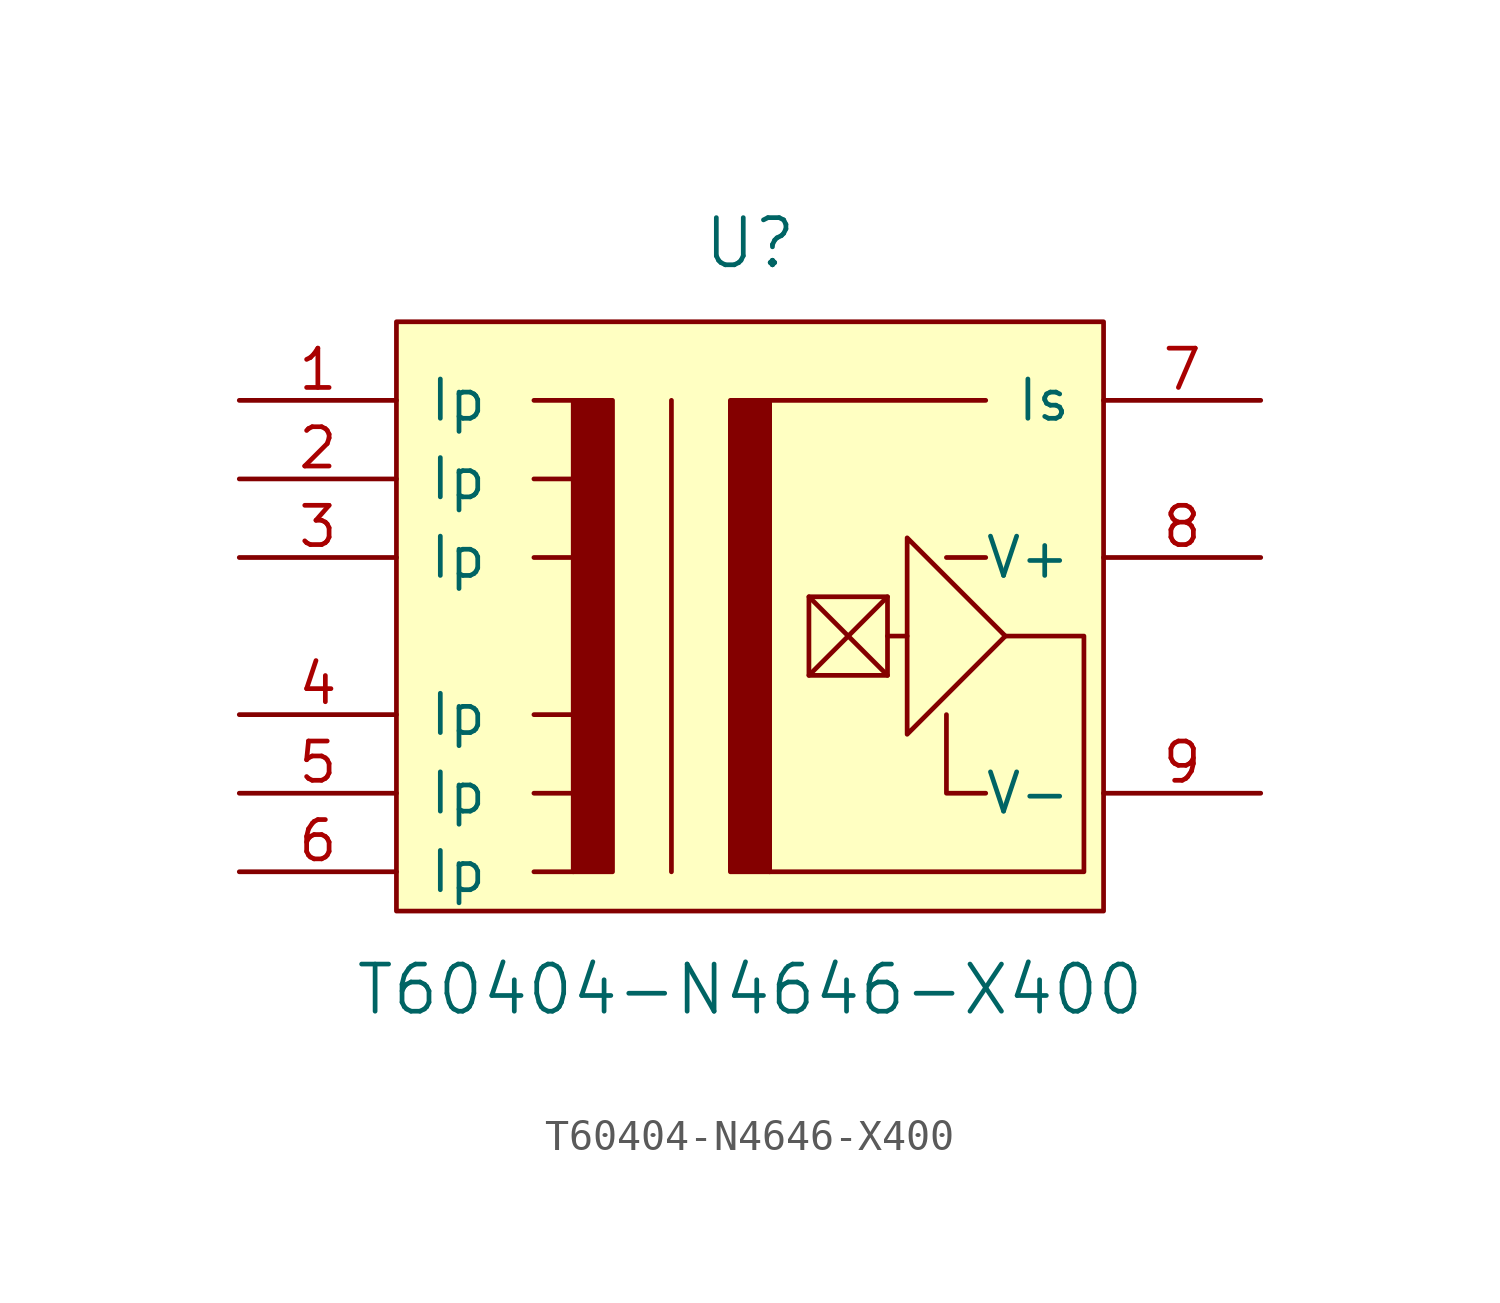
<source format=kicad_sym>
(kicad_symbol_lib
  (version 20211014)
  (generator kicad_symbol_editor)
  (symbol "T60404-N4646-X400"
    (pin_names
      (offset 1.016))
    (property "Reference" "U"
      (at 0 12.7 0)
      (effects (font (size 1.524 1.524))))
    (property "Value" "T60404-N4646-X400"
      (at 0 -11.43 0)
      (effects (font (size 1.524 1.524))))
    (symbol "T60404-N4646-X400_0_1"
      (rectangle (start -11.43 10.16) (end 11.43 -8.89) (stroke (width 0) (type default) (color 0 0 0 0)) (fill (type background)))
      (rectangle (start -5.715 7.62) (end -4.445 -7.62) (stroke (width 0) (type default) (color 0 0 0 0)) (fill (type outline)))
      (rectangle (start -0.635 7.62) (end 0.635 -7.62) (stroke (width 0) (type default) (color 0 0 0 0)) (fill (type outline)))
      (polyline (pts (xy -5.715 -7.62) (xy -6.985 -7.62)) (stroke (width 0) (type default) (color 0 0 0 0)) (fill (type none)))
      (polyline (pts (xy -5.715 -5.08) (xy -6.985 -5.08)) (stroke (width 0) (type default) (color 0 0 0 0)) (fill (type none)))
      (polyline (pts (xy -5.715 -2.54) (xy -6.985 -2.54)) (stroke (width 0) (type default) (color 0 0 0 0)) (fill (type none)))
      (polyline (pts (xy -5.715 2.54) (xy -6.985 2.54)) (stroke (width 0) (type default) (color 0 0 0 0)) (fill (type none)))
      (polyline (pts (xy -5.715 5.08) (xy -6.985 5.08)) (stroke (width 0) (type default) (color 0 0 0 0)) (fill (type none)))
      (polyline (pts (xy -5.715 7.62) (xy -6.985 7.62)) (stroke (width 0) (type default) (color 0 0 0 0)) (fill (type none)))
      (polyline (pts (xy -2.54 -7.62) (xy -2.54 7.62)) (stroke (width 0) (type default) (color 0 0 0 0)) (fill (type none)))
      (polyline (pts (xy 0.635 7.62) (xy 7.62 7.62)) (stroke (width 0) (type default) (color 0 0 0 0)) (fill (type none)))
      (polyline (pts (xy 1.905 -1.27) (xy 4.445 1.27)) (stroke (width 0) (type default) (color 0 0 0 0)) (fill (type none)))
      (polyline (pts (xy 4.445 -1.27) (xy 1.905 1.27)) (stroke (width 0) (type default) (color 0 0 0 0)) (fill (type none)))
      (polyline (pts (xy 5.08 0) (xy 4.445 0)) (stroke (width 0) (type default) (color 0 0 0 0)) (fill (type none)))
      (polyline (pts (xy 7.62 2.54) (xy 6.35 2.54)) (stroke (width 0) (type default) (color 0 0 0 0)) (fill (type none)))
      (polyline (pts (xy 7.62 -5.08) (xy 6.35 -5.08) (xy 6.35 -2.54)) (stroke (width 0) (type default) (color 0 0 0 0)) (fill (type none)))
      (polyline (pts (xy 5.08 3.175) (xy 5.08 -3.175) (xy 8.255 0) (xy 5.08 3.175)) (stroke (width 0) (type default) (color 0 0 0 0)) (fill (type none)))
      (polyline (pts (xy 8.255 0) (xy 10.795 0) (xy 10.795 -7.62) (xy 0.635 -7.62)) (stroke (width 0) (type default) (color 0 0 0 0)) (fill (type none)))
      (rectangle (start 1.905 1.27) (end 4.445 -1.27) (stroke (width 0) (type default) (color 0 0 0 0)) (fill (type none))))
    (symbol "T60404-N4646-X400_1_1"
      (pin passive line (at -16.51 7.62 0) (length 5.08) (name "Ip" (effects (font (size 1.27 1.27)))) (number "1" (effects (font (size 1.27 1.27)))))
      (pin passive line (at -16.51 5.08 0) (length 5.08) (name "Ip" (effects (font (size 1.27 1.27)))) (number "2" (effects (font (size 1.27 1.27)))))
      (pin passive line (at -16.51 2.54 0) (length 5.08) (name "Ip" (effects (font (size 1.27 1.27)))) (number "3" (effects (font (size 1.27 1.27)))))
      (pin passive line (at -16.51 -2.54 0) (length 5.08) (name "Ip" (effects (font (size 1.27 1.27)))) (number "4" (effects (font (size 1.27 1.27)))))
      (pin passive line (at -16.51 -5.08 0) (length 5.08) (name "Ip" (effects (font (size 1.27 1.27)))) (number "5" (effects (font (size 1.27 1.27)))))
      (pin passive line (at -16.51 -7.62 0) (length 5.08) (name "Ip" (effects (font (size 1.27 1.27)))) (number "6" (effects (font (size 1.27 1.27)))))
      (pin passive line (at 16.51 7.62 180) (length 5.08) (name "Is" (effects (font (size 1.27 1.27)))) (number "7" (effects (font (size 1.27 1.27)))))
      (pin passive line (at 16.51 2.54 180) (length 5.08) (name "V+" (effects (font (size 1.27 1.27)))) (number "8" (effects (font (size 1.27 1.27)))))
      (pin passive line (at 16.51 -5.08 180) (length 5.08) (name "V-" (effects (font (size 1.27 1.27)))) (number "9" (effects (font (size 1.27 1.27))))))))
</source>
